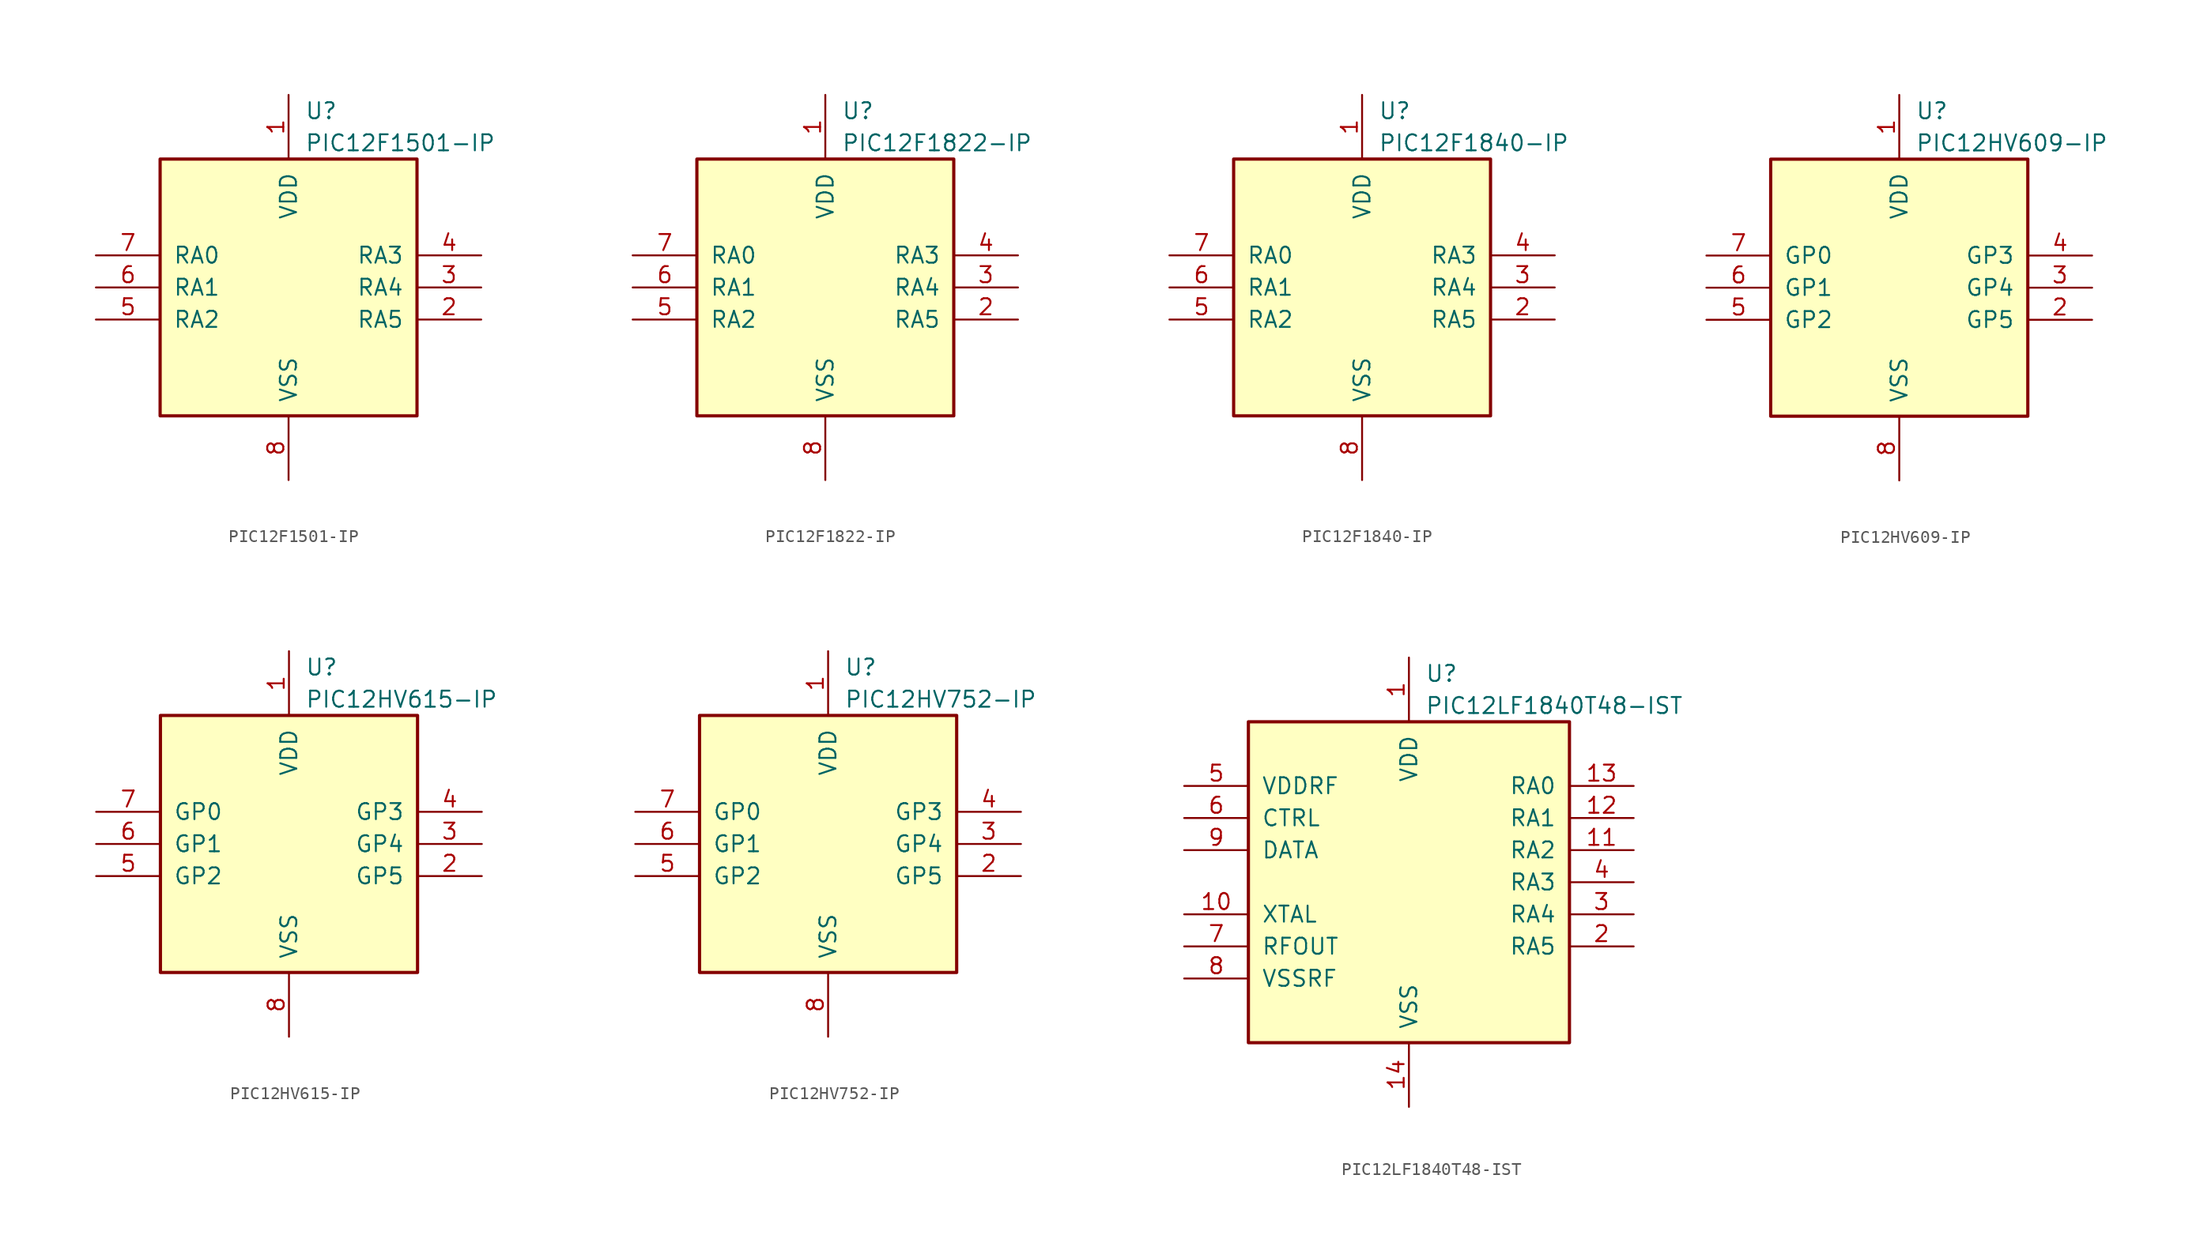
<source format=kicad_sym>
(kicad_symbol_lib
  (version 20201005)
  (generator kicad_symbol_editor)
  (symbol "PIC12F1501-IP"
    (pin_names
      (offset 1.016))
    (property "Reference" "U"
      (at 1.27 13.97 0)
      (effects (font (size 1.27 1.27)) (justify left)))
    (property "Value" "PIC12F1501-IP"
      (at 1.27 11.43 0)
      (effects (font (size 1.27 1.27)) (justify left)))
    (symbol "PIC12F1501-IP_0_1"
      (rectangle (start 10.16 -10.16) (end -10.16 10.16) (stroke (width 0.254)) (fill (type background))))
    (symbol "PIC12F1501-IP_1_1"
      (pin power_in line (at 0 15.24 270) (length 5.08) (name "VDD" (effects (font (size 1.27 1.27)))) (number "1" (effects (font (size 1.27 1.27)))))
      (pin bidirectional line (at 15.24 -2.54 180) (length 5.08) (name "RA5" (effects (font (size 1.27 1.27)))) (number "2" (effects (font (size 1.27 1.27)))))
      (pin bidirectional line (at 15.24 0 180) (length 5.08) (name "RA4" (effects (font (size 1.27 1.27)))) (number "3" (effects (font (size 1.27 1.27)))))
      (pin input line (at 15.24 2.54 180) (length 5.08) (name "RA3" (effects (font (size 1.27 1.27)))) (number "4" (effects (font (size 1.27 1.27)))))
      (pin bidirectional line (at -15.24 -2.54 0) (length 5.08) (name "RA2" (effects (font (size 1.27 1.27)))) (number "5" (effects (font (size 1.27 1.27)))))
      (pin bidirectional line (at -15.24 0 0) (length 5.08) (name "RA1" (effects (font (size 1.27 1.27)))) (number "6" (effects (font (size 1.27 1.27)))))
      (pin bidirectional line (at -15.24 2.54 0) (length 5.08) (name "RA0" (effects (font (size 1.27 1.27)))) (number "7" (effects (font (size 1.27 1.27)))))
      (pin power_in line (at 0 -15.24 90) (length 5.08) (name "VSS" (effects (font (size 1.27 1.27)))) (number "8" (effects (font (size 1.27 1.27)))))))
  (symbol "PIC12F1822-IP"
    (pin_names
      (offset 1.016))
    (property "Reference" "U"
      (at 1.27 13.97 0)
      (effects (font (size 1.27 1.27)) (justify left)))
    (property "Value" "PIC12F1822-IP"
      (at 1.27 11.43 0)
      (effects (font (size 1.27 1.27)) (justify left)))
    (symbol "PIC12F1822-IP_0_1"
      (rectangle (start 10.16 -10.16) (end -10.16 10.16) (stroke (width 0.254)) (fill (type background))))
    (symbol "PIC12F1822-IP_1_1"
      (pin power_in line (at 0 15.24 270) (length 5.08) (name "VDD" (effects (font (size 1.27 1.27)))) (number "1" (effects (font (size 1.27 1.27)))))
      (pin bidirectional line (at 15.24 -2.54 180) (length 5.08) (name "RA5" (effects (font (size 1.27 1.27)))) (number "2" (effects (font (size 1.27 1.27)))))
      (pin bidirectional line (at 15.24 0 180) (length 5.08) (name "RA4" (effects (font (size 1.27 1.27)))) (number "3" (effects (font (size 1.27 1.27)))))
      (pin input line (at 15.24 2.54 180) (length 5.08) (name "RA3" (effects (font (size 1.27 1.27)))) (number "4" (effects (font (size 1.27 1.27)))))
      (pin bidirectional line (at -15.24 -2.54 0) (length 5.08) (name "RA2" (effects (font (size 1.27 1.27)))) (number "5" (effects (font (size 1.27 1.27)))))
      (pin bidirectional line (at -15.24 0 0) (length 5.08) (name "RA1" (effects (font (size 1.27 1.27)))) (number "6" (effects (font (size 1.27 1.27)))))
      (pin bidirectional line (at -15.24 2.54 0) (length 5.08) (name "RA0" (effects (font (size 1.27 1.27)))) (number "7" (effects (font (size 1.27 1.27)))))
      (pin power_in line (at 0 -15.24 90) (length 5.08) (name "VSS" (effects (font (size 1.27 1.27)))) (number "8" (effects (font (size 1.27 1.27)))))))
  (symbol "PIC12F1840-IP"
    (pin_names
      (offset 1.016))
    (property "Reference" "U"
      (at 1.27 13.97 0)
      (effects (font (size 1.27 1.27)) (justify left)))
    (property "Value" "PIC12F1840-IP"
      (at 1.27 11.43 0)
      (effects (font (size 1.27 1.27)) (justify left)))
    (symbol "PIC12F1840-IP_0_1"
      (rectangle (start 10.16 -10.16) (end -10.16 10.16) (stroke (width 0.254)) (fill (type background))))
    (symbol "PIC12F1840-IP_1_1"
      (pin power_in line (at 0 15.24 270) (length 5.08) (name "VDD" (effects (font (size 1.27 1.27)))) (number "1" (effects (font (size 1.27 1.27)))))
      (pin bidirectional line (at 15.24 -2.54 180) (length 5.08) (name "RA5" (effects (font (size 1.27 1.27)))) (number "2" (effects (font (size 1.27 1.27)))))
      (pin bidirectional line (at 15.24 0 180) (length 5.08) (name "RA4" (effects (font (size 1.27 1.27)))) (number "3" (effects (font (size 1.27 1.27)))))
      (pin input line (at 15.24 2.54 180) (length 5.08) (name "RA3" (effects (font (size 1.27 1.27)))) (number "4" (effects (font (size 1.27 1.27)))))
      (pin bidirectional line (at -15.24 -2.54 0) (length 5.08) (name "RA2" (effects (font (size 1.27 1.27)))) (number "5" (effects (font (size 1.27 1.27)))))
      (pin bidirectional line (at -15.24 0 0) (length 5.08) (name "RA1" (effects (font (size 1.27 1.27)))) (number "6" (effects (font (size 1.27 1.27)))))
      (pin bidirectional line (at -15.24 2.54 0) (length 5.08) (name "RA0" (effects (font (size 1.27 1.27)))) (number "7" (effects (font (size 1.27 1.27)))))
      (pin power_in line (at 0 -15.24 90) (length 5.08) (name "VSS" (effects (font (size 1.27 1.27)))) (number "8" (effects (font (size 1.27 1.27)))))))
  (symbol "PIC12HV609-IP"
    (pin_names
      (offset 1.016))
    (property "Reference" "U"
      (at 1.27 13.97 0)
      (effects (font (size 1.27 1.27)) (justify left)))
    (property "Value" "PIC12HV609-IP"
      (at 1.27 11.43 0)
      (effects (font (size 1.27 1.27)) (justify left)))
    (symbol "PIC12HV609-IP_0_1"
      (rectangle (start 10.16 -10.16) (end -10.16 10.16) (stroke (width 0.254)) (fill (type background))))
    (symbol "PIC12HV609-IP_1_1"
      (pin power_in line (at 0 15.24 270) (length 5.08) (name "VDD" (effects (font (size 1.27 1.27)))) (number "1" (effects (font (size 1.27 1.27)))))
      (pin bidirectional line (at 15.24 -2.54 180) (length 5.08) (name "GP5" (effects (font (size 1.27 1.27)))) (number "2" (effects (font (size 1.27 1.27)))))
      (pin bidirectional line (at 15.24 0 180) (length 5.08) (name "GP4" (effects (font (size 1.27 1.27)))) (number "3" (effects (font (size 1.27 1.27)))))
      (pin input line (at 15.24 2.54 180) (length 5.08) (name "GP3" (effects (font (size 1.27 1.27)))) (number "4" (effects (font (size 1.27 1.27)))))
      (pin bidirectional line (at -15.24 -2.54 0) (length 5.08) (name "GP2" (effects (font (size 1.27 1.27)))) (number "5" (effects (font (size 1.27 1.27)))))
      (pin bidirectional line (at -15.24 0 0) (length 5.08) (name "GP1" (effects (font (size 1.27 1.27)))) (number "6" (effects (font (size 1.27 1.27)))))
      (pin bidirectional line (at -15.24 2.54 0) (length 5.08) (name "GP0" (effects (font (size 1.27 1.27)))) (number "7" (effects (font (size 1.27 1.27)))))
      (pin power_in line (at 0 -15.24 90) (length 5.08) (name "VSS" (effects (font (size 1.27 1.27)))) (number "8" (effects (font (size 1.27 1.27)))))))
  (symbol "PIC12HV615-IP"
    (pin_names
      (offset 1.016))
    (property "Reference" "U"
      (at 1.27 13.97 0)
      (effects (font (size 1.27 1.27)) (justify left)))
    (property "Value" "PIC12HV615-IP"
      (at 1.27 11.43 0)
      (effects (font (size 1.27 1.27)) (justify left)))
    (symbol "PIC12HV615-IP_0_1"
      (rectangle (start 10.16 -10.16) (end -10.16 10.16) (stroke (width 0.254)) (fill (type background))))
    (symbol "PIC12HV615-IP_1_1"
      (pin power_in line (at 0 15.24 270) (length 5.08) (name "VDD" (effects (font (size 1.27 1.27)))) (number "1" (effects (font (size 1.27 1.27)))))
      (pin bidirectional line (at 15.24 -2.54 180) (length 5.08) (name "GP5" (effects (font (size 1.27 1.27)))) (number "2" (effects (font (size 1.27 1.27)))))
      (pin bidirectional line (at 15.24 0 180) (length 5.08) (name "GP4" (effects (font (size 1.27 1.27)))) (number "3" (effects (font (size 1.27 1.27)))))
      (pin input line (at 15.24 2.54 180) (length 5.08) (name "GP3" (effects (font (size 1.27 1.27)))) (number "4" (effects (font (size 1.27 1.27)))))
      (pin bidirectional line (at -15.24 -2.54 0) (length 5.08) (name "GP2" (effects (font (size 1.27 1.27)))) (number "5" (effects (font (size 1.27 1.27)))))
      (pin bidirectional line (at -15.24 0 0) (length 5.08) (name "GP1" (effects (font (size 1.27 1.27)))) (number "6" (effects (font (size 1.27 1.27)))))
      (pin bidirectional line (at -15.24 2.54 0) (length 5.08) (name "GP0" (effects (font (size 1.27 1.27)))) (number "7" (effects (font (size 1.27 1.27)))))
      (pin power_in line (at 0 -15.24 90) (length 5.08) (name "VSS" (effects (font (size 1.27 1.27)))) (number "8" (effects (font (size 1.27 1.27)))))))
  (symbol "PIC12HV752-IP"
    (pin_names
      (offset 1.016))
    (property "Reference" "U"
      (at 1.27 13.97 0)
      (effects (font (size 1.27 1.27)) (justify left)))
    (property "Value" "PIC12HV752-IP"
      (at 1.27 11.43 0)
      (effects (font (size 1.27 1.27)) (justify left)))
    (symbol "PIC12HV752-IP_0_1"
      (rectangle (start 10.16 -10.16) (end -10.16 10.16) (stroke (width 0.254)) (fill (type background))))
    (symbol "PIC12HV752-IP_1_1"
      (pin power_in line (at 0 15.24 270) (length 5.08) (name "VDD" (effects (font (size 1.27 1.27)))) (number "1" (effects (font (size 1.27 1.27)))))
      (pin bidirectional line (at 15.24 -2.54 180) (length 5.08) (name "GP5" (effects (font (size 1.27 1.27)))) (number "2" (effects (font (size 1.27 1.27)))))
      (pin bidirectional line (at 15.24 0 180) (length 5.08) (name "GP4" (effects (font (size 1.27 1.27)))) (number "3" (effects (font (size 1.27 1.27)))))
      (pin input line (at 15.24 2.54 180) (length 5.08) (name "GP3" (effects (font (size 1.27 1.27)))) (number "4" (effects (font (size 1.27 1.27)))))
      (pin bidirectional line (at -15.24 -2.54 0) (length 5.08) (name "GP2" (effects (font (size 1.27 1.27)))) (number "5" (effects (font (size 1.27 1.27)))))
      (pin bidirectional line (at -15.24 0 0) (length 5.08) (name "GP1" (effects (font (size 1.27 1.27)))) (number "6" (effects (font (size 1.27 1.27)))))
      (pin bidirectional line (at -15.24 2.54 0) (length 5.08) (name "GP0" (effects (font (size 1.27 1.27)))) (number "7" (effects (font (size 1.27 1.27)))))
      (pin power_in line (at 0 -15.24 90) (length 5.08) (name "VSS" (effects (font (size 1.27 1.27)))) (number "8" (effects (font (size 1.27 1.27)))))))
  (symbol "PIC12LF1840T48-IST"
    (pin_names
      (offset 1.016))
    (property "Reference" "U"
      (at 1.27 16.51 0)
      (effects (font (size 1.27 1.27)) (justify left)))
    (property "Value" "PIC12LF1840T48-IST"
      (at 1.27 13.97 0)
      (effects (font (size 1.27 1.27)) (justify left)))
    (symbol "PIC12LF1840T48-IST_0_1"
      (rectangle (start 12.7 -12.7) (end -12.7 12.7) (stroke (width 0.254)) (fill (type background))))
    (symbol "PIC12LF1840T48-IST_1_1"
      (pin power_in line (at 0 17.78 270) (length 5.08) (name "VDD" (effects (font (size 1.27 1.27)))) (number "1" (effects (font (size 1.27 1.27)))))
      (pin bidirectional line (at 17.78 -5.08 180) (length 5.08) (name "RA5" (effects (font (size 1.27 1.27)))) (number "2" (effects (font (size 1.27 1.27)))))
      (pin bidirectional line (at 17.78 -2.54 180) (length 5.08) (name "RA4" (effects (font (size 1.27 1.27)))) (number "3" (effects (font (size 1.27 1.27)))))
      (pin input line (at 17.78 0 180) (length 5.08) (name "RA3" (effects (font (size 1.27 1.27)))) (number "4" (effects (font (size 1.27 1.27)))))
      (pin power_in line (at -17.78 7.62 0) (length 5.08) (name "VDDRF" (effects (font (size 1.27 1.27)))) (number "5" (effects (font (size 1.27 1.27)))))
      (pin input line (at -17.78 5.08 0) (length 5.08) (name "CTRL" (effects (font (size 1.27 1.27)))) (number "6" (effects (font (size 1.27 1.27)))))
      (pin input line (at -17.78 -5.08 0) (length 5.08) (name "RFOUT" (effects (font (size 1.27 1.27)))) (number "7" (effects (font (size 1.27 1.27)))))
      (pin power_in line (at -17.78 -7.62 0) (length 5.08) (name "VSSRF" (effects (font (size 1.27 1.27)))) (number "8" (effects (font (size 1.27 1.27)))))
      (pin input line (at -17.78 2.54 0) (length 5.08) (name "DATA" (effects (font (size 1.27 1.27)))) (number "9" (effects (font (size 1.27 1.27)))))
      (pin input line (at -17.78 -2.54 0) (length 5.08) (name "XTAL" (effects (font (size 1.27 1.27)))) (number "10" (effects (font (size 1.27 1.27)))))
      (pin bidirectional line (at 17.78 2.54 180) (length 5.08) (name "RA2" (effects (font (size 1.27 1.27)))) (number "11" (effects (font (size 1.27 1.27)))))
      (pin bidirectional line (at 17.78 5.08 180) (length 5.08) (name "RA1" (effects (font (size 1.27 1.27)))) (number "12" (effects (font (size 1.27 1.27)))))
      (pin bidirectional line (at 17.78 7.62 180) (length 5.08) (name "RA0" (effects (font (size 1.27 1.27)))) (number "13" (effects (font (size 1.27 1.27)))))
      (pin power_in line (at 0 -17.78 90) (length 5.08) (name "VSS" (effects (font (size 1.27 1.27)))) (number "14" (effects (font (size 1.27 1.27))))))))
</source>
